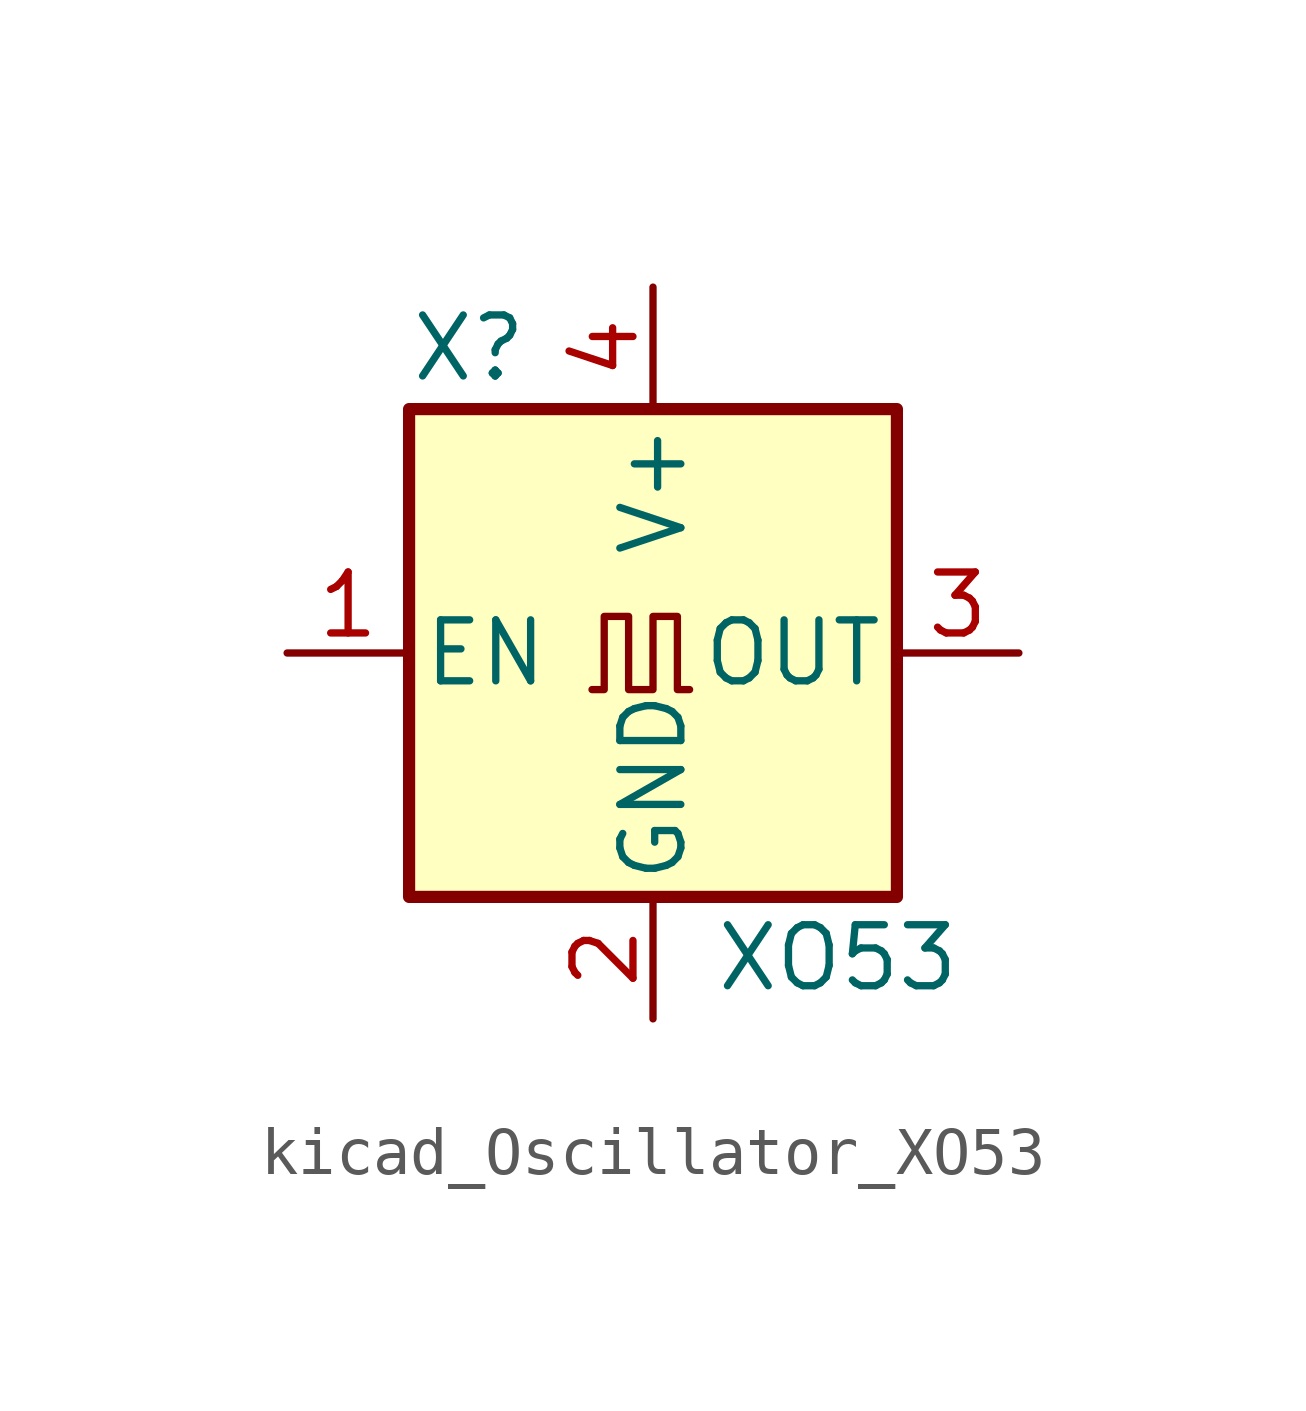
<source format=kicad_sym>
(kicad_symbol_lib
  (version 20220914)
  (generator kicad_symbol_editor)
  (symbol "kicad_Oscillator_XO53"
    (pin_names
      (offset 0.254))
    (property "Reference" "X"
      (at -5.08 6.35 0)
      (effects (font (size 1.27 1.27)) (justify left)))
    (property "Value" "XO53"
      (at 1.27 -6.35 0)
      (effects (font (size 1.27 1.27)) (justify left)))
    (symbol "kicad_Oscillator_XO53_0_1"
      (rectangle (start -5.08 5.08) (end 5.08 -5.08) (stroke (width 0.254) (type default)) (fill (type background)))
      (polyline (pts (xy 0.762 -0.762) (xy 0.508 -0.762) (xy 0.508 0.762) (xy 0 0.762) (xy 0 -0.762) (xy -0.508 -0.762) (xy -0.508 0.762) (xy -1.016 0.762) (xy -1.016 -0.762) (xy -1.27 -0.762)) (stroke (width 0) (type default)) (fill (type none))))
    (symbol "kicad_Oscillator_XO53_1_1"
      (pin input line (at -7.62 0 0) (length 2.54) (name "EN" (effects (font (size 1.27 1.27)))) (number "1" (effects (font (size 1.27 1.27)))))
      (pin power_in line (at 0 -7.62 90) (length 2.54) (name "GND" (effects (font (size 1.27 1.27)))) (number "2" (effects (font (size 1.27 1.27)))))
      (pin output line (at 7.62 0 180) (length 2.54) (name "OUT" (effects (font (size 1.27 1.27)))) (number "3" (effects (font (size 1.27 1.27)))))
      (pin power_in line (at 0 7.62 270) (length 2.54) (name "V+" (effects (font (size 1.27 1.27)))) (number "4" (effects (font (size 1.27 1.27))))))))
</source>
